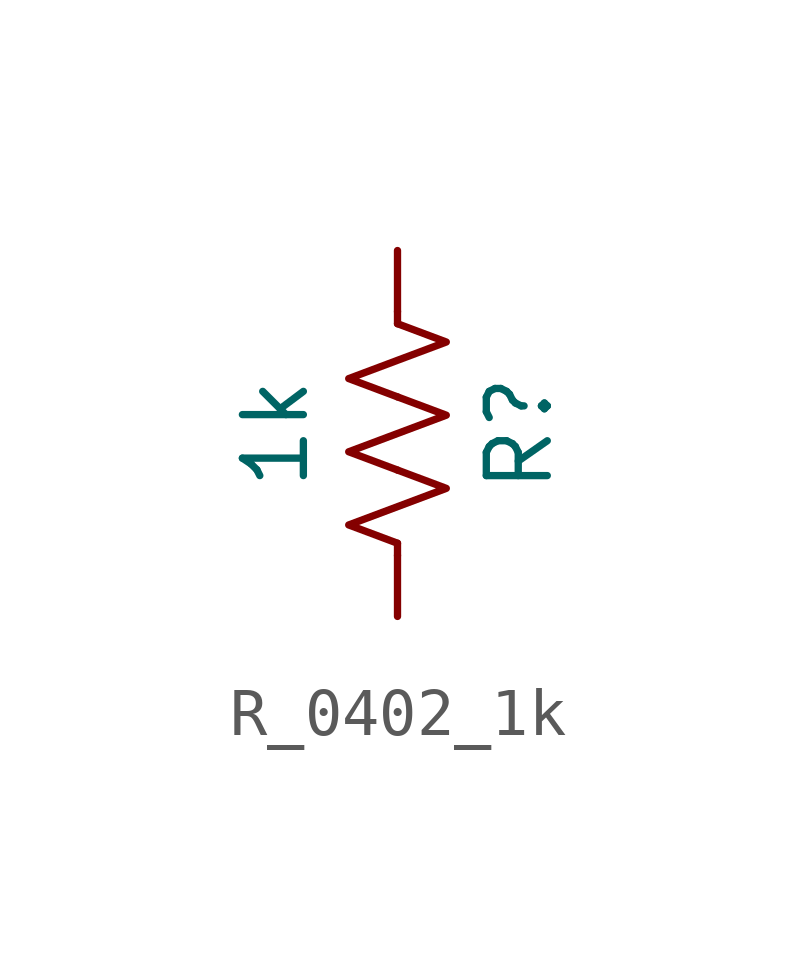
<source format=kicad_sym>
(kicad_symbol_lib
  (version 20241209)
  (generator "kicad_symbol_editor")
  (generator_version "9.0")
  (symbol "R_0402_1k"
    (pin_numbers
      (hide yes))
    (pin_names
      (offset 0))
    (property "Reference" "R"
      (at 2.54 0 90)
      (effects (font (size 1.27 1.27))))
    (property "Value" "1k"
      (at -2.54 0 90)
      (effects (font (size 1.27 1.27))))
    (symbol "R_0402_1k_0_1"
      (polyline (pts (xy 0 2.286) (xy 0 2.54)) (stroke (width 0) (type default)) (fill (type none)))
      (polyline (pts (xy 0 2.286) (xy 1.016 1.905) (xy 0 1.524) (xy -1.016 1.143) (xy 0 0.762)) (stroke (width 0) (type default)) (fill (type none)))
      (polyline (pts (xy 0 0.762) (xy 1.016 0.381) (xy 0 0) (xy -1.016 -0.381) (xy 0 -0.762)) (stroke (width 0) (type default)) (fill (type none)))
      (polyline (pts (xy 0 -0.762) (xy 1.016 -1.143) (xy 0 -1.524) (xy -1.016 -1.905) (xy 0 -2.286)) (stroke (width 0) (type default)) (fill (type none)))
      (polyline (pts (xy 0 -2.286) (xy 0 -2.54)) (stroke (width 0) (type default)) (fill (type none))))
    (symbol "R_0402_1k_1_1"
      (pin passive line (at 0 3.81 270) (length 1.27) (name "~" (effects (font (size 1.27 1.27)))) (number "1" (effects (font (size 1.27 1.27)))))
      (pin passive line (at 0 -3.81 90) (length 1.27) (name "~" (effects (font (size 1.27 1.27)))) (number "2" (effects (font (size 1.27 1.27))))))))
</source>
